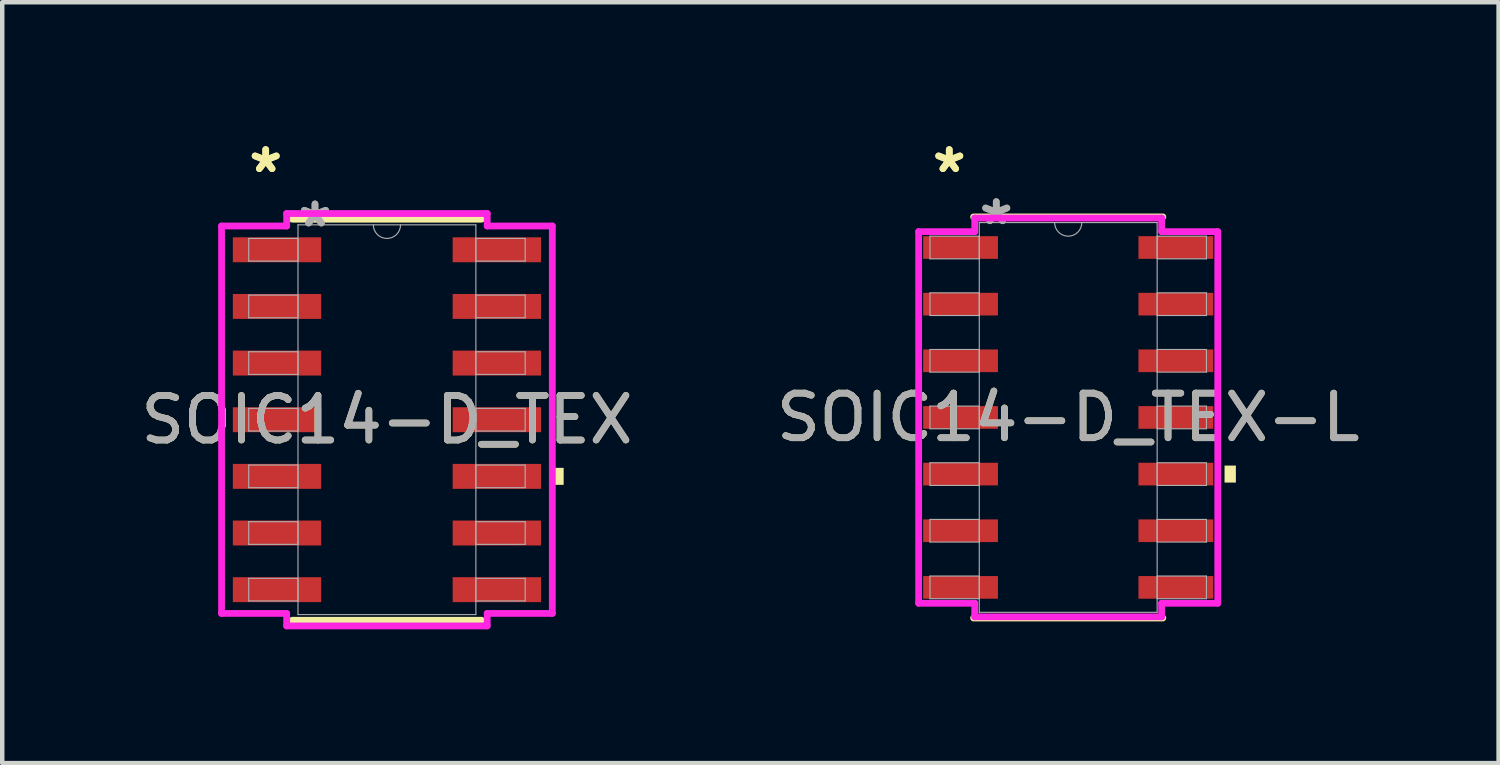
<source format=kicad_pcb>
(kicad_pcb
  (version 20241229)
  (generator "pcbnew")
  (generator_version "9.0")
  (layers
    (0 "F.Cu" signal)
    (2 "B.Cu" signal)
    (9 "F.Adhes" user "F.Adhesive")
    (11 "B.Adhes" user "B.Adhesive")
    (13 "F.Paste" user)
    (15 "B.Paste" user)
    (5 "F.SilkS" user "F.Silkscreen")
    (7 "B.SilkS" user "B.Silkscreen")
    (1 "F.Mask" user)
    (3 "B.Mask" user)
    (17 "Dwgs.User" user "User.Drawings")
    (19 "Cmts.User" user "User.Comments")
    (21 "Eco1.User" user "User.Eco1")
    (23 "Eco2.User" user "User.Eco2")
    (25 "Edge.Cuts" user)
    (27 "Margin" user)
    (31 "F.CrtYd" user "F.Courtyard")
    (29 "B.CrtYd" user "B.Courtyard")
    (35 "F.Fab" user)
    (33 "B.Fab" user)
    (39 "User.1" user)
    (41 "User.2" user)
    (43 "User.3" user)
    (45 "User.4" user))
  (footprint "SOIC14-D_TEX"
    (layer "F.Cu")
    (at 5.625 6.36)
    (property "Reference" "SOIC14-D_TEX" (at 0 0 0) (unlocked yes) (layer "F.SilkS") (effects (font (size 1 1) (thickness 0.15))))
    (attr smd)
    (fp_line (start -2.121 4.496) (end 2.121 4.496) (stroke (width 0.152) (type solid)) (layer "F.SilkS"))
    (fp_line (start 2.121 -4.496) (end -2.121 -4.496) (stroke (width 0.152) (type solid)) (layer "F.SilkS"))
    (fp_poly (pts (xy 3.962 1.079) (xy 3.962 1.46) (xy 3.708 1.46) (xy 3.708 1.079)) (stroke (width 0) (type solid)) (fill yes) (layer "F.SilkS"))
    (fp_line (start -3.708 -4.343) (end -2.248 -4.343) (stroke (width 0.152) (type solid)) (layer "F.CrtYd"))
    (fp_line (start -3.708 4.343) (end -3.708 -4.343) (stroke (width 0.152) (type solid)) (layer "F.CrtYd"))
    (fp_line (start -3.708 4.343) (end -2.248 4.343) (stroke (width 0.152) (type solid)) (layer "F.CrtYd"))
    (fp_line (start -2.248 -4.623) (end 2.248 -4.623) (stroke (width 0.152) (type solid)) (layer "F.CrtYd"))
    (fp_line (start -2.248 -4.343) (end -2.248 -4.623) (stroke (width 0.152) (type solid)) (layer "F.CrtYd"))
    (fp_line (start -2.248 4.623) (end -2.248 4.343) (stroke (width 0.152) (type solid)) (layer "F.CrtYd"))
    (fp_line (start 2.248 -4.623) (end 2.248 -4.343) (stroke (width 0.152) (type solid)) (layer "F.CrtYd"))
    (fp_line (start 2.248 4.343) (end 2.248 4.623) (stroke (width 0.152) (type solid)) (layer "F.CrtYd"))
    (fp_line (start 2.248 4.623) (end -2.248 4.623) (stroke (width 0.152) (type solid)) (layer "F.CrtYd"))
    (fp_line (start 3.708 -4.343) (end 2.248 -4.343) (stroke (width 0.152) (type solid)) (layer "F.CrtYd"))
    (fp_line (start 3.708 -4.343) (end 3.708 4.343) (stroke (width 0.152) (type solid)) (layer "F.CrtYd"))
    (fp_line (start 3.708 4.343) (end 2.248 4.343) (stroke (width 0.152) (type solid)) (layer "F.CrtYd"))
    (fp_line (start -3.099 -4.064) (end -3.099 -3.556) (stroke (width 0.025) (type solid)) (layer "F.Fab"))
    (fp_line (start -3.099 -3.556) (end -1.994 -3.556) (stroke (width 0.025) (type solid)) (layer "F.Fab"))
    (fp_line (start -3.099 -2.794) (end -3.099 -2.286) (stroke (width 0.025) (type solid)) (layer "F.Fab"))
    (fp_line (start -3.099 -2.286) (end -1.994 -2.286) (stroke (width 0.025) (type solid)) (layer "F.Fab"))
    (fp_line (start -3.099 -1.524) (end -3.099 -1.016) (stroke (width 0.025) (type solid)) (layer "F.Fab"))
    (fp_line (start -3.099 -1.016) (end -1.994 -1.016) (stroke (width 0.025) (type solid)) (layer "F.Fab"))
    (fp_line (start -3.099 -0.254) (end -3.099 0.254) (stroke (width 0.025) (type solid)) (layer "F.Fab"))
    (fp_line (start -3.099 0.254) (end -1.994 0.254) (stroke (width 0.025) (type solid)) (layer "F.Fab"))
    (fp_line (start -3.099 1.016) (end -3.099 1.524) (stroke (width 0.025) (type solid)) (layer "F.Fab"))
    (fp_line (start -3.099 1.524) (end -1.994 1.524) (stroke (width 0.025) (type solid)) (layer "F.Fab"))
    (fp_line (start -3.099 2.286) (end -3.099 2.794) (stroke (width 0.025) (type solid)) (layer "F.Fab"))
    (fp_line (start -3.099 2.794) (end -1.994 2.794) (stroke (width 0.025) (type solid)) (layer "F.Fab"))
    (fp_line (start -3.099 3.556) (end -3.099 4.064) (stroke (width 0.025) (type solid)) (layer "F.Fab"))
    (fp_line (start -3.099 4.064) (end -1.994 4.064) (stroke (width 0.025) (type solid)) (layer "F.Fab"))
    (fp_line (start -1.994 -4.369) (end -1.994 4.369) (stroke (width 0.025) (type solid)) (layer "F.Fab"))
    (fp_line (start -1.994 -4.064) (end -3.099 -4.064) (stroke (width 0.025) (type solid)) (layer "F.Fab"))
    (fp_line (start -1.994 -3.556) (end -1.994 -4.064) (stroke (width 0.025) (type solid)) (layer "F.Fab"))
    (fp_line (start -1.994 -2.794) (end -3.099 -2.794) (stroke (width 0.025) (type solid)) (layer "F.Fab"))
    (fp_line (start -1.994 -2.286) (end -1.994 -2.794) (stroke (width 0.025) (type solid)) (layer "F.Fab"))
    (fp_line (start -1.994 -1.524) (end -3.099 -1.524) (stroke (width 0.025) (type solid)) (layer "F.Fab"))
    (fp_line (start -1.994 -1.016) (end -1.994 -1.524) (stroke (width 0.025) (type solid)) (layer "F.Fab"))
    (fp_line (start -1.994 -0.254) (end -3.099 -0.254) (stroke (width 0.025) (type solid)) (layer "F.Fab"))
    (fp_line (start -1.994 0.254) (end -1.994 -0.254) (stroke (width 0.025) (type solid)) (layer "F.Fab"))
    (fp_line (start -1.994 1.016) (end -3.099 1.016) (stroke (width 0.025) (type solid)) (layer "F.Fab"))
    (fp_line (start -1.994 1.524) (end -1.994 1.016) (stroke (width 0.025) (type solid)) (layer "F.Fab"))
    (fp_line (start -1.994 2.286) (end -3.099 2.286) (stroke (width 0.025) (type solid)) (layer "F.Fab"))
    (fp_line (start -1.994 2.794) (end -1.994 2.286) (stroke (width 0.025) (type solid)) (layer "F.Fab"))
    (fp_line (start -1.994 3.556) (end -3.099 3.556) (stroke (width 0.025) (type solid)) (layer "F.Fab"))
    (fp_line (start -1.994 4.064) (end -1.994 3.556) (stroke (width 0.025) (type solid)) (layer "F.Fab"))
    (fp_line (start -1.994 4.369) (end 1.994 4.369) (stroke (width 0.025) (type solid)) (layer "F.Fab"))
    (fp_line (start 1.994 -4.369) (end -1.994 -4.369) (stroke (width 0.025) (type solid)) (layer "F.Fab"))
    (fp_line (start 1.994 -4.064) (end 1.994 -3.556) (stroke (width 0.025) (type solid)) (layer "F.Fab"))
    (fp_line (start 1.994 -3.556) (end 3.099 -3.556) (stroke (width 0.025) (type solid)) (layer "F.Fab"))
    (fp_line (start 1.994 -2.794) (end 1.994 -2.286) (stroke (width 0.025) (type solid)) (layer "F.Fab"))
    (fp_line (start 1.994 -2.286) (end 3.099 -2.286) (stroke (width 0.025) (type solid)) (layer "F.Fab"))
    (fp_line (start 1.994 -1.524) (end 1.994 -1.016) (stroke (width 0.025) (type solid)) (layer "F.Fab"))
    (fp_line (start 1.994 -1.016) (end 3.099 -1.016) (stroke (width 0.025) (type solid)) (layer "F.Fab"))
    (fp_line (start 1.994 -0.254) (end 1.994 0.254) (stroke (width 0.025) (type solid)) (layer "F.Fab"))
    (fp_line (start 1.994 0.254) (end 3.099 0.254) (stroke (width 0.025) (type solid)) (layer "F.Fab"))
    (fp_line (start 1.994 1.016) (end 1.994 1.524) (stroke (width 0.025) (type solid)) (layer "F.Fab"))
    (fp_line (start 1.994 1.524) (end 3.099 1.524) (stroke (width 0.025) (type solid)) (layer "F.Fab"))
    (fp_line (start 1.994 2.286) (end 1.994 2.794) (stroke (width 0.025) (type solid)) (layer "F.Fab"))
    (fp_line (start 1.994 2.794) (end 3.099 2.794) (stroke (width 0.025) (type solid)) (layer "F.Fab"))
    (fp_line (start 1.994 3.556) (end 1.994 4.064) (stroke (width 0.025) (type solid)) (layer "F.Fab"))
    (fp_line (start 1.994 4.064) (end 3.099 4.064) (stroke (width 0.025) (type solid)) (layer "F.Fab"))
    (fp_line (start 1.994 4.369) (end 1.994 -4.369) (stroke (width 0.025) (type solid)) (layer "F.Fab"))
    (fp_line (start 3.099 -4.064) (end 1.994 -4.064) (stroke (width 0.025) (type solid)) (layer "F.Fab"))
    (fp_line (start 3.099 -3.556) (end 3.099 -4.064) (stroke (width 0.025) (type solid)) (layer "F.Fab"))
    (fp_line (start 3.099 -2.794) (end 1.994 -2.794) (stroke (width 0.025) (type solid)) (layer "F.Fab"))
    (fp_line (start 3.099 -2.286) (end 3.099 -2.794) (stroke (width 0.025) (type solid)) (layer "F.Fab"))
    (fp_line (start 3.099 -1.524) (end 1.994 -1.524) (stroke (width 0.025) (type solid)) (layer "F.Fab"))
    (fp_line (start 3.099 -1.016) (end 3.099 -1.524) (stroke (width 0.025) (type solid)) (layer "F.Fab"))
    (fp_line (start 3.099 -0.254) (end 1.994 -0.254) (stroke (width 0.025) (type solid)) (layer "F.Fab"))
    (fp_line (start 3.099 0.254) (end 3.099 -0.254) (stroke (width 0.025) (type solid)) (layer "F.Fab"))
    (fp_line (start 3.099 1.016) (end 1.994 1.016) (stroke (width 0.025) (type solid)) (layer "F.Fab"))
    (fp_line (start 3.099 1.524) (end 3.099 1.016) (stroke (width 0.025) (type solid)) (layer "F.Fab"))
    (fp_line (start 3.099 2.286) (end 1.994 2.286) (stroke (width 0.025) (type solid)) (layer "F.Fab"))
    (fp_line (start 3.099 2.794) (end 3.099 2.286) (stroke (width 0.025) (type solid)) (layer "F.Fab"))
    (fp_line (start 3.099 3.556) (end 1.994 3.556) (stroke (width 0.025) (type solid)) (layer "F.Fab"))
    (fp_line (start 3.099 4.064) (end 3.099 3.556) (stroke (width 0.025) (type solid)) (layer "F.Fab"))
    (fp_arc (start 0.3048 -4.3688) (mid 0 -4.064) (end -0.3048 -4.3688) (stroke (width 0.0254) (type solid)) (layer "F.Fab"))
    (fp_text user "*" (at -2.718 -5.512 0) (layer "F.SilkS") (effects (font (size 1 1) (thickness 0.15))))
    (fp_text user "*" (at -2.718 -5.512 0) (unlocked yes) (layer "F.SilkS") (effects (font (size 1 1) (thickness 0.15))))
    (fp_text user "*" (at -1.613 -4.293 0) (unlocked yes) (layer "F.Fab") (effects (font (size 1 1) (thickness 0.15))))
    (fp_text user "*" (at -1.613 -4.293 0) (layer "F.Fab") (effects (font (size 1 1) (thickness 0.15))))
    (fp_text user "${REFERENCE}" (at 0 0 0) (unlocked yes) (layer "F.Fab") (effects (font (size 1 1) (thickness 0.15))))
    (pad "1" smd rect (at -2.464 -3.81) (size 1.981 0.559) (layers "F.Cu" "F.Mask" "F.Paste"))
    (pad "2" smd rect (at -2.464 -2.54) (size 1.981 0.559) (layers "F.Cu" "F.Mask" "F.Paste"))
    (pad "3" smd rect (at -2.464 -1.27) (size 1.981 0.559) (layers "F.Cu" "F.Mask" "F.Paste"))
    (pad "4" smd rect (at -2.464 0) (size 1.981 0.559) (layers "F.Cu" "F.Mask" "F.Paste"))
    (pad "5" smd rect (at -2.464 1.27) (size 1.981 0.559) (layers "F.Cu" "F.Mask" "F.Paste"))
    (pad "6" smd rect (at -2.464 2.54) (size 1.981 0.559) (layers "F.Cu" "F.Mask" "F.Paste"))
    (pad "7" smd rect (at -2.464 3.81) (size 1.981 0.559) (layers "F.Cu" "F.Mask" "F.Paste"))
    (pad "8" smd rect (at 2.464 3.81) (size 1.981 0.559) (layers "F.Cu" "F.Mask" "F.Paste"))
    (pad "9" smd rect (at 2.464 2.54) (size 1.981 0.559) (layers "F.Cu" "F.Mask" "F.Paste"))
    (pad "10" smd rect (at 2.464 1.27) (size 1.981 0.559) (layers "F.Cu" "F.Mask" "F.Paste"))
    (pad "11" smd rect (at 2.464 0) (size 1.981 0.559) (layers "F.Cu" "F.Mask" "F.Paste"))
    (pad "12" smd rect (at 2.464 -1.27) (size 1.981 0.559) (layers "F.Cu" "F.Mask" "F.Paste"))
    (pad "13" smd rect (at 2.464 -2.54) (size 1.981 0.559) (layers "F.Cu" "F.Mask" "F.Paste"))
    (pad "14" smd rect (at 2.464 -3.81) (size 1.981 0.559) (layers "F.Cu" "F.Mask" "F.Paste")))
  (footprint "SOIC14-D_TEX-L"
    (layer "F.Cu")
    (at 20.899 6.309)
    (property "Reference" "SOIC14-D_TEX-L" (at 0 0 0) (unlocked yes) (layer "F.SilkS") (effects (font (size 1 1) (thickness 0.15))))
    (attr smd)
    (fp_line (start -2.121 4.496) (end 2.121 4.496) (stroke (width 0.152) (type solid)) (layer "F.SilkS"))
    (fp_line (start 2.121 -4.496) (end -2.121 -4.496) (stroke (width 0.152) (type solid)) (layer "F.SilkS"))
    (fp_poly (pts (xy 3.759 1.079) (xy 3.759 1.46) (xy 3.505 1.46) (xy 3.505 1.079)) (stroke (width 0) (type solid)) (fill yes) (layer "F.SilkS"))
    (fp_line (start -3.353 -4.166) (end -2.095 -4.166) (stroke (width 0.152) (type solid)) (layer "F.CrtYd"))
    (fp_line (start -3.353 4.166) (end -3.353 -4.166) (stroke (width 0.152) (type solid)) (layer "F.CrtYd"))
    (fp_line (start -3.353 4.166) (end -2.095 4.166) (stroke (width 0.152) (type solid)) (layer "F.CrtYd"))
    (fp_line (start -2.095 -4.47) (end 2.095 -4.47) (stroke (width 0.152) (type solid)) (layer "F.CrtYd"))
    (fp_line (start -2.095 -4.166) (end -2.095 -4.47) (stroke (width 0.152) (type solid)) (layer "F.CrtYd"))
    (fp_line (start -2.095 4.47) (end -2.095 4.166) (stroke (width 0.152) (type solid)) (layer "F.CrtYd"))
    (fp_line (start 2.095 -4.47) (end 2.095 -4.166) (stroke (width 0.152) (type solid)) (layer "F.CrtYd"))
    (fp_line (start 2.095 4.166) (end 2.095 4.47) (stroke (width 0.152) (type solid)) (layer "F.CrtYd"))
    (fp_line (start 2.095 4.47) (end -2.095 4.47) (stroke (width 0.152) (type solid)) (layer "F.CrtYd"))
    (fp_line (start 3.353 -4.166) (end 2.095 -4.166) (stroke (width 0.152) (type solid)) (layer "F.CrtYd"))
    (fp_line (start 3.353 -4.166) (end 3.353 4.166) (stroke (width 0.152) (type solid)) (layer "F.CrtYd"))
    (fp_line (start 3.353 4.166) (end 2.095 4.166) (stroke (width 0.152) (type solid)) (layer "F.CrtYd"))
    (fp_line (start -3.099 -4.064) (end -3.099 -3.556) (stroke (width 0.025) (type solid)) (layer "F.Fab"))
    (fp_line (start -3.099 -3.556) (end -1.994 -3.556) (stroke (width 0.025) (type solid)) (layer "F.Fab"))
    (fp_line (start -3.099 -2.794) (end -3.099 -2.286) (stroke (width 0.025) (type solid)) (layer "F.Fab"))
    (fp_line (start -3.099 -2.286) (end -1.994 -2.286) (stroke (width 0.025) (type solid)) (layer "F.Fab"))
    (fp_line (start -3.099 -1.524) (end -3.099 -1.016) (stroke (width 0.025) (type solid)) (layer "F.Fab"))
    (fp_line (start -3.099 -1.016) (end -1.994 -1.016) (stroke (width 0.025) (type solid)) (layer "F.Fab"))
    (fp_line (start -3.099 -0.254) (end -3.099 0.254) (stroke (width 0.025) (type solid)) (layer "F.Fab"))
    (fp_line (start -3.099 0.254) (end -1.994 0.254) (stroke (width 0.025) (type solid)) (layer "F.Fab"))
    (fp_line (start -3.099 1.016) (end -3.099 1.524) (stroke (width 0.025) (type solid)) (layer "F.Fab"))
    (fp_line (start -3.099 1.524) (end -1.994 1.524) (stroke (width 0.025) (type solid)) (layer "F.Fab"))
    (fp_line (start -3.099 2.286) (end -3.099 2.794) (stroke (width 0.025) (type solid)) (layer "F.Fab"))
    (fp_line (start -3.099 2.794) (end -1.994 2.794) (stroke (width 0.025) (type solid)) (layer "F.Fab"))
    (fp_line (start -3.099 3.556) (end -3.099 4.064) (stroke (width 0.025) (type solid)) (layer "F.Fab"))
    (fp_line (start -3.099 4.064) (end -1.994 4.064) (stroke (width 0.025) (type solid)) (layer "F.Fab"))
    (fp_line (start -1.994 -4.369) (end -1.994 4.369) (stroke (width 0.025) (type solid)) (layer "F.Fab"))
    (fp_line (start -1.994 -4.064) (end -3.099 -4.064) (stroke (width 0.025) (type solid)) (layer "F.Fab"))
    (fp_line (start -1.994 -3.556) (end -1.994 -4.064) (stroke (width 0.025) (type solid)) (layer "F.Fab"))
    (fp_line (start -1.994 -2.794) (end -3.099 -2.794) (stroke (width 0.025) (type solid)) (layer "F.Fab"))
    (fp_line (start -1.994 -2.286) (end -1.994 -2.794) (stroke (width 0.025) (type solid)) (layer "F.Fab"))
    (fp_line (start -1.994 -1.524) (end -3.099 -1.524) (stroke (width 0.025) (type solid)) (layer "F.Fab"))
    (fp_line (start -1.994 -1.016) (end -1.994 -1.524) (stroke (width 0.025) (type solid)) (layer "F.Fab"))
    (fp_line (start -1.994 -0.254) (end -3.099 -0.254) (stroke (width 0.025) (type solid)) (layer "F.Fab"))
    (fp_line (start -1.994 0.254) (end -1.994 -0.254) (stroke (width 0.025) (type solid)) (layer "F.Fab"))
    (fp_line (start -1.994 1.016) (end -3.099 1.016) (stroke (width 0.025) (type solid)) (layer "F.Fab"))
    (fp_line (start -1.994 1.524) (end -1.994 1.016) (stroke (width 0.025) (type solid)) (layer "F.Fab"))
    (fp_line (start -1.994 2.286) (end -3.099 2.286) (stroke (width 0.025) (type solid)) (layer "F.Fab"))
    (fp_line (start -1.994 2.794) (end -1.994 2.286) (stroke (width 0.025) (type solid)) (layer "F.Fab"))
    (fp_line (start -1.994 3.556) (end -3.099 3.556) (stroke (width 0.025) (type solid)) (layer "F.Fab"))
    (fp_line (start -1.994 4.064) (end -1.994 3.556) (stroke (width 0.025) (type solid)) (layer "F.Fab"))
    (fp_line (start -1.994 4.369) (end 1.994 4.369) (stroke (width 0.025) (type solid)) (layer "F.Fab"))
    (fp_line (start 1.994 -4.369) (end -1.994 -4.369) (stroke (width 0.025) (type solid)) (layer "F.Fab"))
    (fp_line (start 1.994 -4.064) (end 1.994 -3.556) (stroke (width 0.025) (type solid)) (layer "F.Fab"))
    (fp_line (start 1.994 -3.556) (end 3.099 -3.556) (stroke (width 0.025) (type solid)) (layer "F.Fab"))
    (fp_line (start 1.994 -2.794) (end 1.994 -2.286) (stroke (width 0.025) (type solid)) (layer "F.Fab"))
    (fp_line (start 1.994 -2.286) (end 3.099 -2.286) (stroke (width 0.025) (type solid)) (layer "F.Fab"))
    (fp_line (start 1.994 -1.524) (end 1.994 -1.016) (stroke (width 0.025) (type solid)) (layer "F.Fab"))
    (fp_line (start 1.994 -1.016) (end 3.099 -1.016) (stroke (width 0.025) (type solid)) (layer "F.Fab"))
    (fp_line (start 1.994 -0.254) (end 1.994 0.254) (stroke (width 0.025) (type solid)) (layer "F.Fab"))
    (fp_line (start 1.994 0.254) (end 3.099 0.254) (stroke (width 0.025) (type solid)) (layer "F.Fab"))
    (fp_line (start 1.994 1.016) (end 1.994 1.524) (stroke (width 0.025) (type solid)) (layer "F.Fab"))
    (fp_line (start 1.994 1.524) (end 3.099 1.524) (stroke (width 0.025) (type solid)) (layer "F.Fab"))
    (fp_line (start 1.994 2.286) (end 1.994 2.794) (stroke (width 0.025) (type solid)) (layer "F.Fab"))
    (fp_line (start 1.994 2.794) (end 3.099 2.794) (stroke (width 0.025) (type solid)) (layer "F.Fab"))
    (fp_line (start 1.994 3.556) (end 1.994 4.064) (stroke (width 0.025) (type solid)) (layer "F.Fab"))
    (fp_line (start 1.994 4.064) (end 3.099 4.064) (stroke (width 0.025) (type solid)) (layer "F.Fab"))
    (fp_line (start 1.994 4.369) (end 1.994 -4.369) (stroke (width 0.025) (type solid)) (layer "F.Fab"))
    (fp_line (start 3.099 -4.064) (end 1.994 -4.064) (stroke (width 0.025) (type solid)) (layer "F.Fab"))
    (fp_line (start 3.099 -3.556) (end 3.099 -4.064) (stroke (width 0.025) (type solid)) (layer "F.Fab"))
    (fp_line (start 3.099 -2.794) (end 1.994 -2.794) (stroke (width 0.025) (type solid)) (layer "F.Fab"))
    (fp_line (start 3.099 -2.286) (end 3.099 -2.794) (stroke (width 0.025) (type solid)) (layer "F.Fab"))
    (fp_line (start 3.099 -1.524) (end 1.994 -1.524) (stroke (width 0.025) (type solid)) (layer "F.Fab"))
    (fp_line (start 3.099 -1.016) (end 3.099 -1.524) (stroke (width 0.025) (type solid)) (layer "F.Fab"))
    (fp_line (start 3.099 -0.254) (end 1.994 -0.254) (stroke (width 0.025) (type solid)) (layer "F.Fab"))
    (fp_line (start 3.099 0.254) (end 3.099 -0.254) (stroke (width 0.025) (type solid)) (layer "F.Fab"))
    (fp_line (start 3.099 1.016) (end 1.994 1.016) (stroke (width 0.025) (type solid)) (layer "F.Fab"))
    (fp_line (start 3.099 1.524) (end 3.099 1.016) (stroke (width 0.025) (type solid)) (layer "F.Fab"))
    (fp_line (start 3.099 2.286) (end 1.994 2.286) (stroke (width 0.025) (type solid)) (layer "F.Fab"))
    (fp_line (start 3.099 2.794) (end 3.099 2.286) (stroke (width 0.025) (type solid)) (layer "F.Fab"))
    (fp_line (start 3.099 3.556) (end 1.994 3.556) (stroke (width 0.025) (type solid)) (layer "F.Fab"))
    (fp_line (start 3.099 4.064) (end 3.099 3.556) (stroke (width 0.025) (type solid)) (layer "F.Fab"))
    (fp_arc (start 0.3048 -4.3688) (mid 0 -4.064) (end -0.3048 -4.3688) (stroke (width 0.0254) (type solid)) (layer "F.Fab"))
    (fp_text user "*" (at -2.667 -5.461 0) (layer "F.SilkS") (effects (font (size 1 1) (thickness 0.15))))
    (fp_text user "*" (at -2.667 -5.461 0) (unlocked yes) (layer "F.SilkS") (effects (font (size 1 1) (thickness 0.15))))
    (fp_text user "${REFERENCE}" (at 0 0 0) (unlocked yes) (layer "F.Fab") (effects (font (size 1 1) (thickness 0.15))))
    (fp_text user "*" (at -1.613 -4.293 0) (layer "F.Fab") (effects (font (size 1 1) (thickness 0.15))))
    (fp_text user "*" (at -1.613 -4.293 0) (unlocked yes) (layer "F.Fab") (effects (font (size 1 1) (thickness 0.15))))
    (pad "1" smd rect (at -2.413 -3.81) (size 1.676 0.508) (layers "F.Cu" "F.Mask" "F.Paste"))
    (pad "2" smd rect (at -2.413 -2.54) (size 1.676 0.508) (layers "F.Cu" "F.Mask" "F.Paste"))
    (pad "3" smd rect (at -2.413 -1.27) (size 1.676 0.508) (layers "F.Cu" "F.Mask" "F.Paste"))
    (pad "4" smd rect (at -2.413 0) (size 1.676 0.508) (layers "F.Cu" "F.Mask" "F.Paste"))
    (pad "5" smd rect (at -2.413 1.27) (size 1.676 0.508) (layers "F.Cu" "F.Mask" "F.Paste"))
    (pad "6" smd rect (at -2.413 2.54) (size 1.676 0.508) (layers "F.Cu" "F.Mask" "F.Paste"))
    (pad "7" smd rect (at -2.413 3.81) (size 1.676 0.508) (layers "F.Cu" "F.Mask" "F.Paste"))
    (pad "8" smd rect (at 2.413 3.81) (size 1.676 0.508) (layers "F.Cu" "F.Mask" "F.Paste"))
    (pad "9" smd rect (at 2.413 2.54) (size 1.676 0.508) (layers "F.Cu" "F.Mask" "F.Paste"))
    (pad "10" smd rect (at 2.413 1.27) (size 1.676 0.508) (layers "F.Cu" "F.Mask" "F.Paste"))
    (pad "11" smd rect (at 2.413 0) (size 1.676 0.508) (layers "F.Cu" "F.Mask" "F.Paste"))
    (pad "12" smd rect (at 2.413 -1.27) (size 1.676 0.508) (layers "F.Cu" "F.Mask" "F.Paste"))
    (pad "13" smd rect (at 2.413 -2.54) (size 1.676 0.508) (layers "F.Cu" "F.Mask" "F.Paste"))
    (pad "14" smd rect (at 2.413 -3.81) (size 1.676 0.508) (layers "F.Cu" "F.Mask" "F.Paste")))
  (gr_rect
    (start -3 -3)
    (end 30.548 14.059)
    (stroke (width 0.1) (type default))
    (fill no)
    (layer "Edge.Cuts")))
</source>
